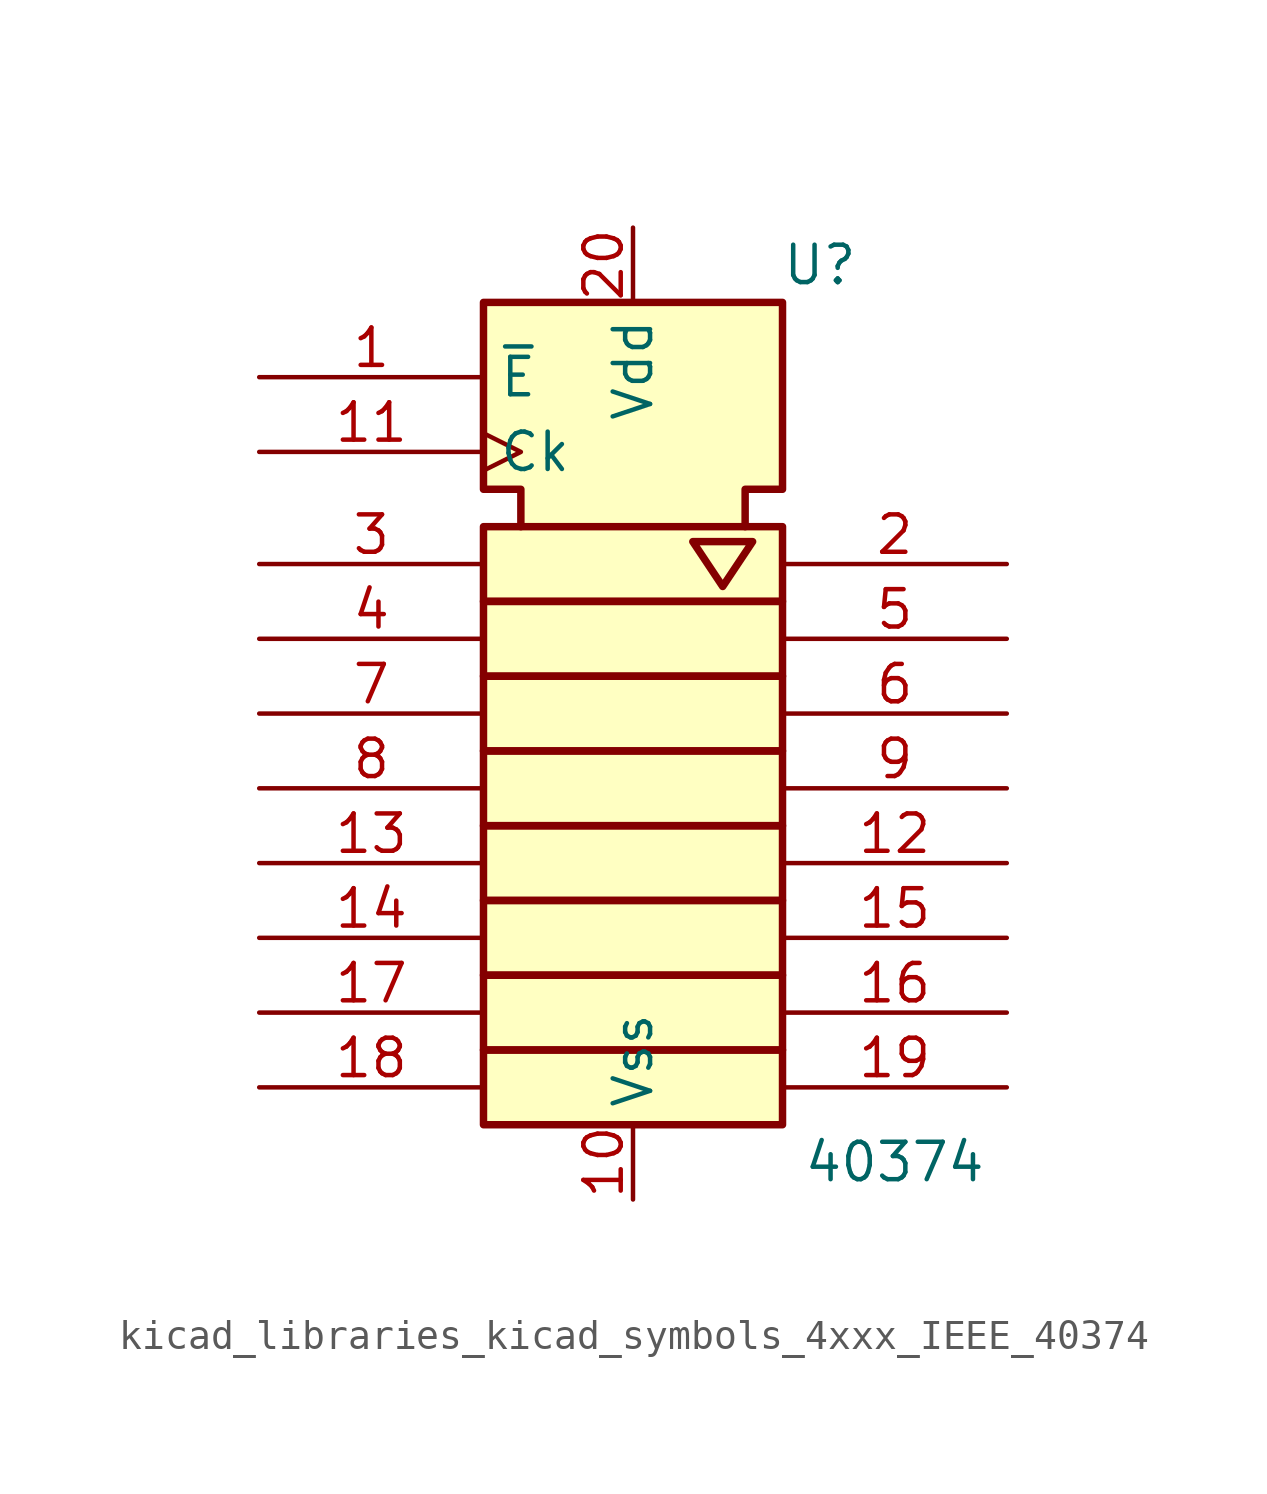
<source format=kicad_sym>
(kicad_symbol_lib
  (version 20220914)
  (generator kicad_symbol_editor)
  (symbol "kicad_libraries_kicad_symbols_4xxx_IEEE_40374"
    (property "Reference" "U"
      (at 6.35 13.97 0)
      (effects (font (size 1.27 1.27))))
    (property "Value" "40374"
      (at 8.89 -16.51 0)
      (effects (font (size 1.27 1.27))))
    (symbol "kicad_libraries_kicad_symbols_4xxx_IEEE_40374_0_0"
      (pin input line (at -12.7 10.16 0) (length 7.62) (name "~{E}" (effects (font (size 1.27 1.27)))) (number "1" (effects (font (size 1.27 1.27)))))
      (pin power_in line (at 0 -17.78 90) (length 2.54) (name "Vss" (effects (font (size 1.27 1.27)))) (number "10" (effects (font (size 1.27 1.27)))))
      (pin input clock (at -12.7 7.62 0) (length 7.62) (name "Ck" (effects (font (size 1.27 1.27)))) (number "11" (effects (font (size 1.27 1.27)))))
      (pin power_in line (at 0 15.24 270) (length 2.54) (name "Vdd" (effects (font (size 1.27 1.27)))) (number "20" (effects (font (size 1.27 1.27))))))
    (symbol "kicad_libraries_kicad_symbols_4xxx_IEEE_40374_0_1"
      (rectangle (start -5.08 -12.7) (end 5.08 -15.24) (stroke (width 0.254) (type default)) (fill (type background)))
      (rectangle (start -5.08 -10.16) (end 5.08 -12.7) (stroke (width 0.254) (type default)) (fill (type background)))
      (rectangle (start -5.08 -7.62) (end 5.08 -10.16) (stroke (width 0.254) (type default)) (fill (type background)))
      (rectangle (start -5.08 -5.08) (end 5.08 -7.62) (stroke (width 0.254) (type default)) (fill (type background)))
      (rectangle (start -5.08 -2.54) (end 5.08 -5.08) (stroke (width 0.254) (type default)) (fill (type background)))
      (rectangle (start -5.08 0) (end 5.08 -2.54) (stroke (width 0.254) (type default)) (fill (type background)))
      (rectangle (start -5.08 2.54) (end 5.08 0) (stroke (width 0.254) (type default)) (fill (type background)))
      (rectangle (start -5.08 5.08) (end 5.08 2.54) (stroke (width 0.254) (type default)) (fill (type background)))
      (polyline (pts (xy 2.032 4.572) (xy 4.064 4.572) (xy 3.048 3.048) (xy 2.032 4.572) (xy 2.032 4.572)) (stroke (width 0.254) (type default)) (fill (type background)))
      (polyline (pts (xy -3.81 5.08) (xy -3.81 6.35) (xy -5.08 6.35) (xy -5.08 12.7) (xy 5.08 12.7) (xy 5.08 6.35) (xy 3.81 6.35) (xy 3.81 5.08) (xy 3.81 5.08)) (stroke (width 0.254) (type default)) (fill (type background))))
    (symbol "kicad_libraries_kicad_symbols_4xxx_IEEE_40374_1_0"
      (pin tri_state line (at 12.7 -6.35 180) (length 7.62) (name "~" (effects (font (size 1.27 1.27)))) (number "12" (effects (font (size 1.27 1.27)))))
      (pin input line (at -12.7 -6.35 0) (length 7.62) (name "~" (effects (font (size 1.27 1.27)))) (number "13" (effects (font (size 1.27 1.27)))))
      (pin input line (at -12.7 -8.89 0) (length 7.62) (name "~" (effects (font (size 1.27 1.27)))) (number "14" (effects (font (size 1.27 1.27)))))
      (pin tri_state line (at 12.7 -8.89 180) (length 7.62) (name "~" (effects (font (size 1.27 1.27)))) (number "15" (effects (font (size 1.27 1.27)))))
      (pin tri_state line (at 12.7 -11.43 180) (length 7.62) (name "~" (effects (font (size 1.27 1.27)))) (number "16" (effects (font (size 1.27 1.27)))))
      (pin input line (at -12.7 -11.43 0) (length 7.62) (name "~" (effects (font (size 1.27 1.27)))) (number "17" (effects (font (size 1.27 1.27)))))
      (pin input line (at -12.7 -13.97 0) (length 7.62) (name "~" (effects (font (size 1.27 1.27)))) (number "18" (effects (font (size 1.27 1.27)))))
      (pin tri_state line (at 12.7 -13.97 180) (length 7.62) (name "~" (effects (font (size 1.27 1.27)))) (number "19" (effects (font (size 1.27 1.27)))))
      (pin tri_state line (at 12.7 3.81 180) (length 7.62) (name "~" (effects (font (size 1.27 1.27)))) (number "2" (effects (font (size 1.27 1.27)))))
      (pin input line (at -12.7 3.81 0) (length 7.62) (name "~" (effects (font (size 1.27 1.27)))) (number "3" (effects (font (size 1.27 1.27)))))
      (pin input line (at -12.7 1.27 0) (length 7.62) (name "~" (effects (font (size 1.27 1.27)))) (number "4" (effects (font (size 1.27 1.27)))))
      (pin tri_state line (at 12.7 1.27 180) (length 7.62) (name "~" (effects (font (size 1.27 1.27)))) (number "5" (effects (font (size 1.27 1.27)))))
      (pin tri_state line (at 12.7 -1.27 180) (length 7.62) (name "~" (effects (font (size 1.27 1.27)))) (number "6" (effects (font (size 1.27 1.27)))))
      (pin input line (at -12.7 -1.27 0) (length 7.62) (name "~" (effects (font (size 1.27 1.27)))) (number "7" (effects (font (size 1.27 1.27)))))
      (pin input line (at -12.7 -3.81 0) (length 7.62) (name "~" (effects (font (size 1.27 1.27)))) (number "8" (effects (font (size 1.27 1.27)))))
      (pin tri_state line (at 12.7 -3.81 180) (length 7.62) (name "~" (effects (font (size 1.27 1.27)))) (number "9" (effects (font (size 1.27 1.27))))))))
</source>
